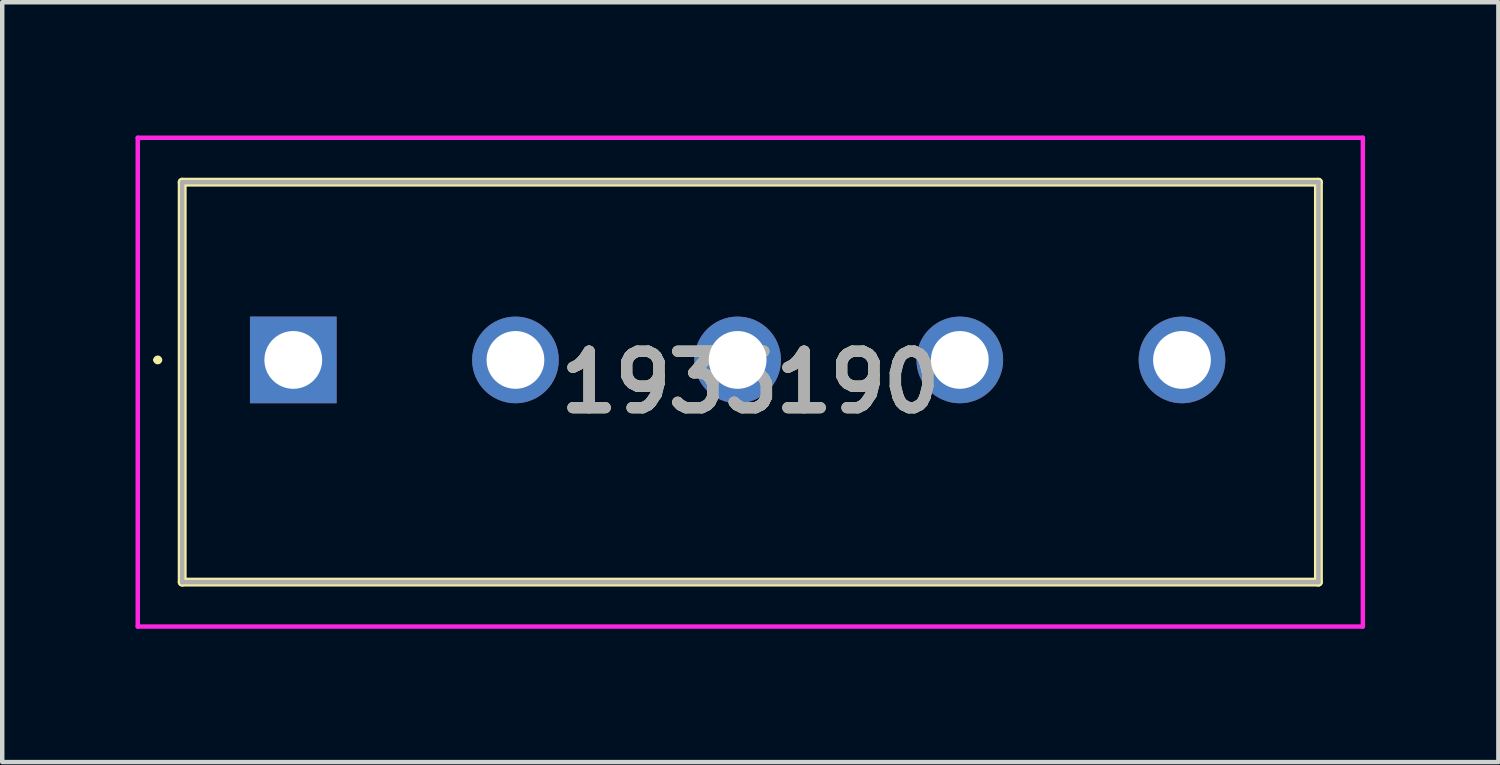
<source format=kicad_pcb>
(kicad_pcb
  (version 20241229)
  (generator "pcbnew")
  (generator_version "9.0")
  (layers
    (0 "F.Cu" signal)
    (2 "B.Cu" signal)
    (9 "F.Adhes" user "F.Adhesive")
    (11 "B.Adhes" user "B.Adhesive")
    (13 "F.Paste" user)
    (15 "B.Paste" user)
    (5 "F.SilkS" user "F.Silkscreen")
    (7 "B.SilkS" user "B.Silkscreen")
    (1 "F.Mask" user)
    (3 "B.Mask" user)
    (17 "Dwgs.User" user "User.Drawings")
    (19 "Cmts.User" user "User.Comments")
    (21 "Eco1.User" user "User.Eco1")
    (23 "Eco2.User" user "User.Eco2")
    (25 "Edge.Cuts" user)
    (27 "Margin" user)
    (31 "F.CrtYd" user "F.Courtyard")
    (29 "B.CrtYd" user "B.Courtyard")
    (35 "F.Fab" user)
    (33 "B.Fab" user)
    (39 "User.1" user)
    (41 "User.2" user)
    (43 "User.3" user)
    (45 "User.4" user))
  (footprint "1935190"
    (layer "F.Cu")
    (at 3.55 5.05)
    (property "Reference" "1935190" (at 10.285 0.5 0) (layer "F.SilkS") (effects (font (size 1.27 1.27) (thickness 0.254))))
    (attr through_hole)
    (fp_line (start -3.1 0) (end -3.1 0) (stroke (width 0.1) (type solid)) (layer "F.SilkS"))
    (fp_line (start -3 0) (end -3 0) (stroke (width 0.1) (type solid)) (layer "F.SilkS"))
    (fp_line (start -2.5 -4) (end 23.07 -4) (stroke (width 0.2) (type solid)) (layer "F.SilkS"))
    (fp_line (start -2.5 5) (end -2.5 -4) (stroke (width 0.2) (type solid)) (layer "F.SilkS"))
    (fp_line (start 23.07 -4) (end 23.07 5) (stroke (width 0.2) (type solid)) (layer "F.SilkS"))
    (fp_line (start 23.07 5) (end -2.5 5) (stroke (width 0.2) (type solid)) (layer "F.SilkS"))
    (fp_arc (start -3.1 0) (mid -3.05 -0.05) (end -3 0) (stroke (width 0.1) (type solid)) (layer "F.SilkS"))
    (fp_arc (start -3 0) (mid -3.05 0.05) (end -3.1 0) (stroke (width 0.1) (type solid)) (layer "F.SilkS"))
    (fp_line (start -3.5 -5) (end 24.07 -5) (stroke (width 0.1) (type solid)) (layer "F.CrtYd"))
    (fp_line (start -3.5 6) (end -3.5 -5) (stroke (width 0.1) (type solid)) (layer "F.CrtYd"))
    (fp_line (start 24.07 -5) (end 24.07 6) (stroke (width 0.1) (type solid)) (layer "F.CrtYd"))
    (fp_line (start 24.07 6) (end -3.5 6) (stroke (width 0.1) (type solid)) (layer "F.CrtYd"))
    (fp_line (start -2.5 -4) (end 23.07 -4) (stroke (width 0.1) (type solid)) (layer "F.Fab"))
    (fp_line (start -2.5 5) (end -2.5 -4) (stroke (width 0.1) (type solid)) (layer "F.Fab"))
    (fp_line (start 23.07 -4) (end 23.07 5) (stroke (width 0.1) (type solid)) (layer "F.Fab"))
    (fp_line (start 23.07 5) (end -2.5 5) (stroke (width 0.1) (type solid)) (layer "F.Fab"))
    (fp_text user "${REFERENCE}" (at 10.285 0.5 0) (layer "F.Fab") (effects (font (size 1.27 1.27) (thickness 0.254))))
    (pad "1" thru_hole rect (at 0 0) (size 1.95 1.95) (drill 1.3) (layers "*.Cu" "*.Mask"))
    (pad "2" thru_hole circle (at 5 0) (size 1.95 1.95) (drill 1.3) (layers "*.Cu" "*.Mask"))
    (pad "3" thru_hole circle (at 10 0) (size 1.95 1.95) (drill 1.3) (layers "*.Cu" "*.Mask"))
    (pad "4" thru_hole circle (at 15 0) (size 1.95 1.95) (drill 1.3) (layers "*.Cu" "*.Mask"))
    (pad "5" thru_hole circle (at 20 0) (size 1.95 1.95) (drill 1.3) (layers "*.Cu" "*.Mask")))
  (gr_rect
    (start -3 -3)
    (end 30.67 14.1)
    (stroke (width 0.1) (type default))
    (fill no)
    (layer "Edge.Cuts")))
</source>
